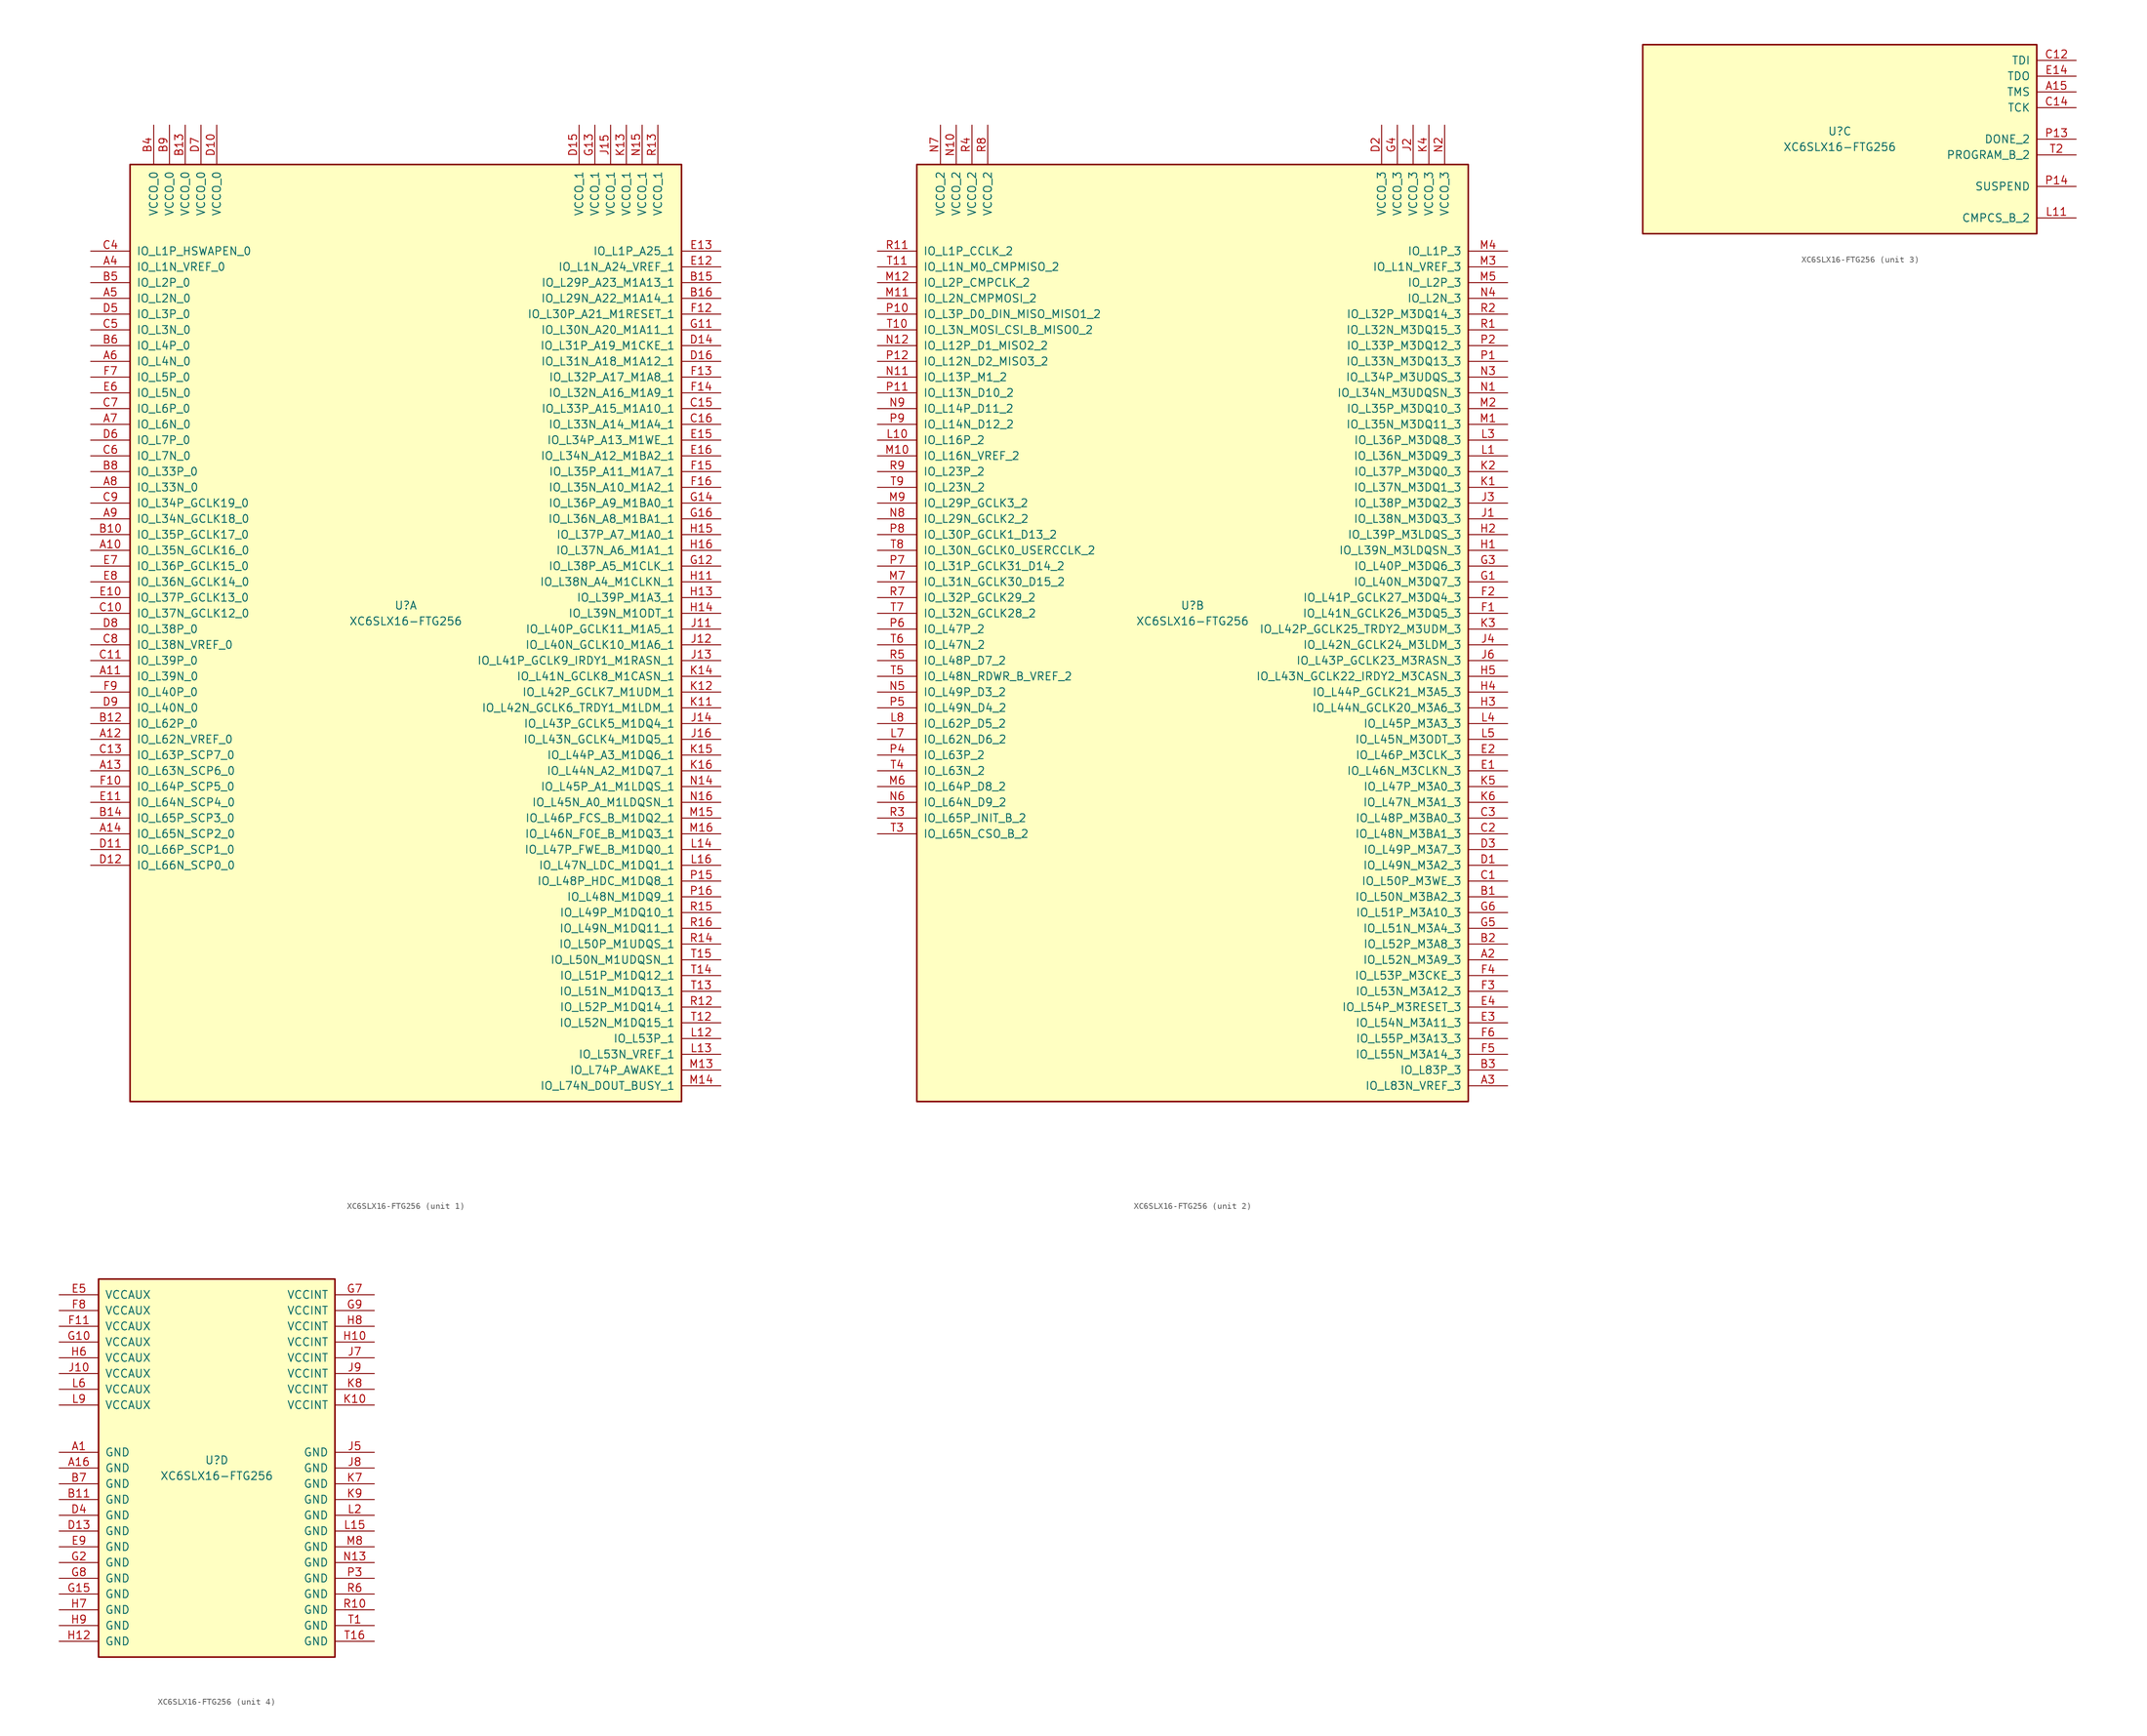
<source format=kicad_sym>
(kicad_symbol_lib
  (version 20211014)
  (generator kicad_symbol_editor)
  (symbol "XC6SLX16-FTG256"
    (pin_names
      (offset 1.016))
    (property "Reference" "U"
      (at 0 1.27 0)
      (effects (font (size 1.27 1.27))))
    (property "Value" "XC6SLX16-FTG256"
      (at 0 -1.27 0)
      (effects (font (size 1.27 1.27))))
    (property "Datasheet" ""
      (at 0 0 0)
      (effects (font (size 1.27 1.27))))
    (property "ki_locked" ""
      (at 0 0 0)
      (effects (font (size 1.27 1.27))))
    (symbol "XC6SLX16-FTG256_1_1"
      (rectangle (start -44.45 72.39) (end 44.45 -78.74) (stroke (width 0.254) (type default) (color 0 0 0 0)) (fill (type background)))
      (pin bidirectional line (at -50.8 10.16 0) (length 6.35) (name "IO_L35N_GCLK16_0" (effects (font (size 1.27 1.27)))) (number "A10" (effects (font (size 1.27 1.27)))))
      (pin bidirectional line (at -50.8 -10.16 0) (length 6.35) (name "IO_L39N_0" (effects (font (size 1.27 1.27)))) (number "A11" (effects (font (size 1.27 1.27)))))
      (pin bidirectional line (at -50.8 -20.32 0) (length 6.35) (name "IO_L62N_VREF_0" (effects (font (size 1.27 1.27)))) (number "A12" (effects (font (size 1.27 1.27)))))
      (pin bidirectional line (at -50.8 -25.4 0) (length 6.35) (name "IO_L63N_SCP6_0" (effects (font (size 1.27 1.27)))) (number "A13" (effects (font (size 1.27 1.27)))))
      (pin bidirectional line (at -50.8 -35.56 0) (length 6.35) (name "IO_L65N_SCP2_0" (effects (font (size 1.27 1.27)))) (number "A14" (effects (font (size 1.27 1.27)))))
      (pin bidirectional line (at -50.8 55.88 0) (length 6.35) (name "IO_L1N_VREF_0" (effects (font (size 1.27 1.27)))) (number "A4" (effects (font (size 1.27 1.27)))))
      (pin bidirectional line (at -50.8 50.8 0) (length 6.35) (name "IO_L2N_0" (effects (font (size 1.27 1.27)))) (number "A5" (effects (font (size 1.27 1.27)))))
      (pin bidirectional line (at -50.8 40.64 0) (length 6.35) (name "IO_L4N_0" (effects (font (size 1.27 1.27)))) (number "A6" (effects (font (size 1.27 1.27)))))
      (pin bidirectional line (at -50.8 30.48 0) (length 6.35) (name "IO_L6N_0" (effects (font (size 1.27 1.27)))) (number "A7" (effects (font (size 1.27 1.27)))))
      (pin bidirectional line (at -50.8 20.32 0) (length 6.35) (name "IO_L33N_0" (effects (font (size 1.27 1.27)))) (number "A8" (effects (font (size 1.27 1.27)))))
      (pin bidirectional line (at -50.8 15.24 0) (length 6.35) (name "IO_L34N_GCLK18_0" (effects (font (size 1.27 1.27)))) (number "A9" (effects (font (size 1.27 1.27)))))
      (pin bidirectional line (at -50.8 12.7 0) (length 6.35) (name "IO_L35P_GCLK17_0" (effects (font (size 1.27 1.27)))) (number "B10" (effects (font (size 1.27 1.27)))))
      (pin bidirectional line (at -50.8 -17.78 0) (length 6.35) (name "IO_L62P_0" (effects (font (size 1.27 1.27)))) (number "B12" (effects (font (size 1.27 1.27)))))
      (pin power_in line (at -35.56 78.74 270) (length 6.35) (name "VCCO_0" (effects (font (size 1.27 1.27)))) (number "B13" (effects (font (size 1.27 1.27)))))
      (pin bidirectional line (at -50.8 -33.02 0) (length 6.35) (name "IO_L65P_SCP3_0" (effects (font (size 1.27 1.27)))) (number "B14" (effects (font (size 1.27 1.27)))))
      (pin bidirectional line (at 50.8 53.34 180) (length 6.35) (name "IO_L29P_A23_M1A13_1" (effects (font (size 1.27 1.27)))) (number "B15" (effects (font (size 1.27 1.27)))))
      (pin bidirectional line (at 50.8 50.8 180) (length 6.35) (name "IO_L29N_A22_M1A14_1" (effects (font (size 1.27 1.27)))) (number "B16" (effects (font (size 1.27 1.27)))))
      (pin power_in line (at -40.64 78.74 270) (length 6.35) (name "VCCO_0" (effects (font (size 1.27 1.27)))) (number "B4" (effects (font (size 1.27 1.27)))))
      (pin bidirectional line (at -50.8 53.34 0) (length 6.35) (name "IO_L2P_0" (effects (font (size 1.27 1.27)))) (number "B5" (effects (font (size 1.27 1.27)))))
      (pin bidirectional line (at -50.8 43.18 0) (length 6.35) (name "IO_L4P_0" (effects (font (size 1.27 1.27)))) (number "B6" (effects (font (size 1.27 1.27)))))
      (pin bidirectional line (at -50.8 22.86 0) (length 6.35) (name "IO_L33P_0" (effects (font (size 1.27 1.27)))) (number "B8" (effects (font (size 1.27 1.27)))))
      (pin power_in line (at -38.1 78.74 270) (length 6.35) (name "VCCO_0" (effects (font (size 1.27 1.27)))) (number "B9" (effects (font (size 1.27 1.27)))))
      (pin bidirectional line (at -50.8 0 0) (length 6.35) (name "IO_L37N_GCLK12_0" (effects (font (size 1.27 1.27)))) (number "C10" (effects (font (size 1.27 1.27)))))
      (pin bidirectional line (at -50.8 -7.62 0) (length 6.35) (name "IO_L39P_0" (effects (font (size 1.27 1.27)))) (number "C11" (effects (font (size 1.27 1.27)))))
      (pin bidirectional line (at -50.8 -22.86 0) (length 6.35) (name "IO_L63P_SCP7_0" (effects (font (size 1.27 1.27)))) (number "C13" (effects (font (size 1.27 1.27)))))
      (pin bidirectional line (at 50.8 33.02 180) (length 6.35) (name "IO_L33P_A15_M1A10_1" (effects (font (size 1.27 1.27)))) (number "C15" (effects (font (size 1.27 1.27)))))
      (pin bidirectional line (at 50.8 30.48 180) (length 6.35) (name "IO_L33N_A14_M1A4_1" (effects (font (size 1.27 1.27)))) (number "C16" (effects (font (size 1.27 1.27)))))
      (pin bidirectional line (at -50.8 58.42 0) (length 6.35) (name "IO_L1P_HSWAPEN_0" (effects (font (size 1.27 1.27)))) (number "C4" (effects (font (size 1.27 1.27)))))
      (pin bidirectional line (at -50.8 45.72 0) (length 6.35) (name "IO_L3N_0" (effects (font (size 1.27 1.27)))) (number "C5" (effects (font (size 1.27 1.27)))))
      (pin bidirectional line (at -50.8 25.4 0) (length 6.35) (name "IO_L7N_0" (effects (font (size 1.27 1.27)))) (number "C6" (effects (font (size 1.27 1.27)))))
      (pin bidirectional line (at -50.8 33.02 0) (length 6.35) (name "IO_L6P_0" (effects (font (size 1.27 1.27)))) (number "C7" (effects (font (size 1.27 1.27)))))
      (pin bidirectional line (at -50.8 -5.08 0) (length 6.35) (name "IO_L38N_VREF_0" (effects (font (size 1.27 1.27)))) (number "C8" (effects (font (size 1.27 1.27)))))
      (pin bidirectional line (at -50.8 17.78 0) (length 6.35) (name "IO_L34P_GCLK19_0" (effects (font (size 1.27 1.27)))) (number "C9" (effects (font (size 1.27 1.27)))))
      (pin power_in line (at -30.48 78.74 270) (length 6.35) (name "VCCO_0" (effects (font (size 1.27 1.27)))) (number "D10" (effects (font (size 1.27 1.27)))))
      (pin bidirectional line (at -50.8 -38.1 0) (length 6.35) (name "IO_L66P_SCP1_0" (effects (font (size 1.27 1.27)))) (number "D11" (effects (font (size 1.27 1.27)))))
      (pin bidirectional line (at -50.8 -40.64 0) (length 6.35) (name "IO_L66N_SCP0_0" (effects (font (size 1.27 1.27)))) (number "D12" (effects (font (size 1.27 1.27)))))
      (pin bidirectional line (at 50.8 43.18 180) (length 6.35) (name "IO_L31P_A19_M1CKE_1" (effects (font (size 1.27 1.27)))) (number "D14" (effects (font (size 1.27 1.27)))))
      (pin power_in line (at 27.94 78.74 270) (length 6.35) (name "VCCO_1" (effects (font (size 1.27 1.27)))) (number "D15" (effects (font (size 1.27 1.27)))))
      (pin bidirectional line (at 50.8 40.64 180) (length 6.35) (name "IO_L31N_A18_M1A12_1" (effects (font (size 1.27 1.27)))) (number "D16" (effects (font (size 1.27 1.27)))))
      (pin bidirectional line (at -50.8 48.26 0) (length 6.35) (name "IO_L3P_0" (effects (font (size 1.27 1.27)))) (number "D5" (effects (font (size 1.27 1.27)))))
      (pin bidirectional line (at -50.8 27.94 0) (length 6.35) (name "IO_L7P_0" (effects (font (size 1.27 1.27)))) (number "D6" (effects (font (size 1.27 1.27)))))
      (pin power_in line (at -33.02 78.74 270) (length 6.35) (name "VCCO_0" (effects (font (size 1.27 1.27)))) (number "D7" (effects (font (size 1.27 1.27)))))
      (pin bidirectional line (at -50.8 -2.54 0) (length 6.35) (name "IO_L38P_0" (effects (font (size 1.27 1.27)))) (number "D8" (effects (font (size 1.27 1.27)))))
      (pin bidirectional line (at -50.8 -15.24 0) (length 6.35) (name "IO_L40N_0" (effects (font (size 1.27 1.27)))) (number "D9" (effects (font (size 1.27 1.27)))))
      (pin bidirectional line (at -50.8 2.54 0) (length 6.35) (name "IO_L37P_GCLK13_0" (effects (font (size 1.27 1.27)))) (number "E10" (effects (font (size 1.27 1.27)))))
      (pin bidirectional line (at -50.8 -30.48 0) (length 6.35) (name "IO_L64N_SCP4_0" (effects (font (size 1.27 1.27)))) (number "E11" (effects (font (size 1.27 1.27)))))
      (pin bidirectional line (at 50.8 55.88 180) (length 6.35) (name "IO_L1N_A24_VREF_1" (effects (font (size 1.27 1.27)))) (number "E12" (effects (font (size 1.27 1.27)))))
      (pin bidirectional line (at 50.8 58.42 180) (length 6.35) (name "IO_L1P_A25_1" (effects (font (size 1.27 1.27)))) (number "E13" (effects (font (size 1.27 1.27)))))
      (pin bidirectional line (at 50.8 27.94 180) (length 6.35) (name "IO_L34P_A13_M1WE_1" (effects (font (size 1.27 1.27)))) (number "E15" (effects (font (size 1.27 1.27)))))
      (pin bidirectional line (at 50.8 25.4 180) (length 6.35) (name "IO_L34N_A12_M1BA2_1" (effects (font (size 1.27 1.27)))) (number "E16" (effects (font (size 1.27 1.27)))))
      (pin bidirectional line (at -50.8 35.56 0) (length 6.35) (name "IO_L5N_0" (effects (font (size 1.27 1.27)))) (number "E6" (effects (font (size 1.27 1.27)))))
      (pin bidirectional line (at -50.8 7.62 0) (length 6.35) (name "IO_L36P_GCLK15_0" (effects (font (size 1.27 1.27)))) (number "E7" (effects (font (size 1.27 1.27)))))
      (pin bidirectional line (at -50.8 5.08 0) (length 6.35) (name "IO_L36N_GCLK14_0" (effects (font (size 1.27 1.27)))) (number "E8" (effects (font (size 1.27 1.27)))))
      (pin bidirectional line (at -50.8 -27.94 0) (length 6.35) (name "IO_L64P_SCP5_0" (effects (font (size 1.27 1.27)))) (number "F10" (effects (font (size 1.27 1.27)))))
      (pin bidirectional line (at 50.8 48.26 180) (length 6.35) (name "IO_L30P_A21_M1RESET_1" (effects (font (size 1.27 1.27)))) (number "F12" (effects (font (size 1.27 1.27)))))
      (pin bidirectional line (at 50.8 38.1 180) (length 6.35) (name "IO_L32P_A17_M1A8_1" (effects (font (size 1.27 1.27)))) (number "F13" (effects (font (size 1.27 1.27)))))
      (pin bidirectional line (at 50.8 35.56 180) (length 6.35) (name "IO_L32N_A16_M1A9_1" (effects (font (size 1.27 1.27)))) (number "F14" (effects (font (size 1.27 1.27)))))
      (pin bidirectional line (at 50.8 22.86 180) (length 6.35) (name "IO_L35P_A11_M1A7_1" (effects (font (size 1.27 1.27)))) (number "F15" (effects (font (size 1.27 1.27)))))
      (pin bidirectional line (at 50.8 20.32 180) (length 6.35) (name "IO_L35N_A10_M1A2_1" (effects (font (size 1.27 1.27)))) (number "F16" (effects (font (size 1.27 1.27)))))
      (pin bidirectional line (at -50.8 38.1 0) (length 6.35) (name "IO_L5P_0" (effects (font (size 1.27 1.27)))) (number "F7" (effects (font (size 1.27 1.27)))))
      (pin bidirectional line (at -50.8 -12.7 0) (length 6.35) (name "IO_L40P_0" (effects (font (size 1.27 1.27)))) (number "F9" (effects (font (size 1.27 1.27)))))
      (pin bidirectional line (at 50.8 45.72 180) (length 6.35) (name "IO_L30N_A20_M1A11_1" (effects (font (size 1.27 1.27)))) (number "G11" (effects (font (size 1.27 1.27)))))
      (pin bidirectional line (at 50.8 7.62 180) (length 6.35) (name "IO_L38P_A5_M1CLK_1" (effects (font (size 1.27 1.27)))) (number "G12" (effects (font (size 1.27 1.27)))))
      (pin power_in line (at 30.48 78.74 270) (length 6.35) (name "VCCO_1" (effects (font (size 1.27 1.27)))) (number "G13" (effects (font (size 1.27 1.27)))))
      (pin bidirectional line (at 50.8 17.78 180) (length 6.35) (name "IO_L36P_A9_M1BA0_1" (effects (font (size 1.27 1.27)))) (number "G14" (effects (font (size 1.27 1.27)))))
      (pin bidirectional line (at 50.8 15.24 180) (length 6.35) (name "IO_L36N_A8_M1BA1_1" (effects (font (size 1.27 1.27)))) (number "G16" (effects (font (size 1.27 1.27)))))
      (pin bidirectional line (at 50.8 5.08 180) (length 6.35) (name "IO_L38N_A4_M1CLKN_1" (effects (font (size 1.27 1.27)))) (number "H11" (effects (font (size 1.27 1.27)))))
      (pin bidirectional line (at 50.8 2.54 180) (length 6.35) (name "IO_L39P_M1A3_1" (effects (font (size 1.27 1.27)))) (number "H13" (effects (font (size 1.27 1.27)))))
      (pin bidirectional line (at 50.8 0 180) (length 6.35) (name "IO_L39N_M1ODT_1" (effects (font (size 1.27 1.27)))) (number "H14" (effects (font (size 1.27 1.27)))))
      (pin bidirectional line (at 50.8 12.7 180) (length 6.35) (name "IO_L37P_A7_M1A0_1" (effects (font (size 1.27 1.27)))) (number "H15" (effects (font (size 1.27 1.27)))))
      (pin bidirectional line (at 50.8 10.16 180) (length 6.35) (name "IO_L37N_A6_M1A1_1" (effects (font (size 1.27 1.27)))) (number "H16" (effects (font (size 1.27 1.27)))))
      (pin bidirectional line (at 50.8 -2.54 180) (length 6.35) (name "IO_L40P_GCLK11_M1A5_1" (effects (font (size 1.27 1.27)))) (number "J11" (effects (font (size 1.27 1.27)))))
      (pin bidirectional line (at 50.8 -5.08 180) (length 6.35) (name "IO_L40N_GCLK10_M1A6_1" (effects (font (size 1.27 1.27)))) (number "J12" (effects (font (size 1.27 1.27)))))
      (pin bidirectional line (at 50.8 -7.62 180) (length 6.35) (name "IO_L41P_GCLK9_IRDY1_M1RASN_1" (effects (font (size 1.27 1.27)))) (number "J13" (effects (font (size 1.27 1.27)))))
      (pin bidirectional line (at 50.8 -17.78 180) (length 6.35) (name "IO_L43P_GCLK5_M1DQ4_1" (effects (font (size 1.27 1.27)))) (number "J14" (effects (font (size 1.27 1.27)))))
      (pin power_in line (at 33.02 78.74 270) (length 6.35) (name "VCCO_1" (effects (font (size 1.27 1.27)))) (number "J15" (effects (font (size 1.27 1.27)))))
      (pin bidirectional line (at 50.8 -20.32 180) (length 6.35) (name "IO_L43N_GCLK4_M1DQ5_1" (effects (font (size 1.27 1.27)))) (number "J16" (effects (font (size 1.27 1.27)))))
      (pin bidirectional line (at 50.8 -15.24 180) (length 6.35) (name "IO_L42N_GCLK6_TRDY1_M1LDM_1" (effects (font (size 1.27 1.27)))) (number "K11" (effects (font (size 1.27 1.27)))))
      (pin bidirectional line (at 50.8 -12.7 180) (length 6.35) (name "IO_L42P_GCLK7_M1UDM_1" (effects (font (size 1.27 1.27)))) (number "K12" (effects (font (size 1.27 1.27)))))
      (pin power_in line (at 35.56 78.74 270) (length 6.35) (name "VCCO_1" (effects (font (size 1.27 1.27)))) (number "K13" (effects (font (size 1.27 1.27)))))
      (pin bidirectional line (at 50.8 -10.16 180) (length 6.35) (name "IO_L41N_GCLK8_M1CASN_1" (effects (font (size 1.27 1.27)))) (number "K14" (effects (font (size 1.27 1.27)))))
      (pin bidirectional line (at 50.8 -22.86 180) (length 6.35) (name "IO_L44P_A3_M1DQ6_1" (effects (font (size 1.27 1.27)))) (number "K15" (effects (font (size 1.27 1.27)))))
      (pin bidirectional line (at 50.8 -25.4 180) (length 6.35) (name "IO_L44N_A2_M1DQ7_1" (effects (font (size 1.27 1.27)))) (number "K16" (effects (font (size 1.27 1.27)))))
      (pin bidirectional line (at 50.8 -68.58 180) (length 6.35) (name "IO_L53P_1" (effects (font (size 1.27 1.27)))) (number "L12" (effects (font (size 1.27 1.27)))))
      (pin bidirectional line (at 50.8 -71.12 180) (length 6.35) (name "IO_L53N_VREF_1" (effects (font (size 1.27 1.27)))) (number "L13" (effects (font (size 1.27 1.27)))))
      (pin bidirectional line (at 50.8 -38.1 180) (length 6.35) (name "IO_L47P_FWE_B_M1DQ0_1" (effects (font (size 1.27 1.27)))) (number "L14" (effects (font (size 1.27 1.27)))))
      (pin bidirectional line (at 50.8 -40.64 180) (length 6.35) (name "IO_L47N_LDC_M1DQ1_1" (effects (font (size 1.27 1.27)))) (number "L16" (effects (font (size 1.27 1.27)))))
      (pin bidirectional line (at 50.8 -73.66 180) (length 6.35) (name "IO_L74P_AWAKE_1" (effects (font (size 1.27 1.27)))) (number "M13" (effects (font (size 1.27 1.27)))))
      (pin bidirectional line (at 50.8 -76.2 180) (length 6.35) (name "IO_L74N_DOUT_BUSY_1" (effects (font (size 1.27 1.27)))) (number "M14" (effects (font (size 1.27 1.27)))))
      (pin bidirectional line (at 50.8 -33.02 180) (length 6.35) (name "IO_L46P_FCS_B_M1DQ2_1" (effects (font (size 1.27 1.27)))) (number "M15" (effects (font (size 1.27 1.27)))))
      (pin bidirectional line (at 50.8 -35.56 180) (length 6.35) (name "IO_L46N_FOE_B_M1DQ3_1" (effects (font (size 1.27 1.27)))) (number "M16" (effects (font (size 1.27 1.27)))))
      (pin bidirectional line (at 50.8 -27.94 180) (length 6.35) (name "IO_L45P_A1_M1LDQS_1" (effects (font (size 1.27 1.27)))) (number "N14" (effects (font (size 1.27 1.27)))))
      (pin power_in line (at 38.1 78.74 270) (length 6.35) (name "VCCO_1" (effects (font (size 1.27 1.27)))) (number "N15" (effects (font (size 1.27 1.27)))))
      (pin bidirectional line (at 50.8 -30.48 180) (length 6.35) (name "IO_L45N_A0_M1LDQSN_1" (effects (font (size 1.27 1.27)))) (number "N16" (effects (font (size 1.27 1.27)))))
      (pin bidirectional line (at 50.8 -43.18 180) (length 6.35) (name "IO_L48P_HDC_M1DQ8_1" (effects (font (size 1.27 1.27)))) (number "P15" (effects (font (size 1.27 1.27)))))
      (pin bidirectional line (at 50.8 -45.72 180) (length 6.35) (name "IO_L48N_M1DQ9_1" (effects (font (size 1.27 1.27)))) (number "P16" (effects (font (size 1.27 1.27)))))
      (pin bidirectional line (at 50.8 -63.5 180) (length 6.35) (name "IO_L52P_M1DQ14_1" (effects (font (size 1.27 1.27)))) (number "R12" (effects (font (size 1.27 1.27)))))
      (pin power_in line (at 40.64 78.74 270) (length 6.35) (name "VCCO_1" (effects (font (size 1.27 1.27)))) (number "R13" (effects (font (size 1.27 1.27)))))
      (pin bidirectional line (at 50.8 -53.34 180) (length 6.35) (name "IO_L50P_M1UDQS_1" (effects (font (size 1.27 1.27)))) (number "R14" (effects (font (size 1.27 1.27)))))
      (pin bidirectional line (at 50.8 -48.26 180) (length 6.35) (name "IO_L49P_M1DQ10_1" (effects (font (size 1.27 1.27)))) (number "R15" (effects (font (size 1.27 1.27)))))
      (pin bidirectional line (at 50.8 -50.8 180) (length 6.35) (name "IO_L49N_M1DQ11_1" (effects (font (size 1.27 1.27)))) (number "R16" (effects (font (size 1.27 1.27)))))
      (pin bidirectional line (at 50.8 -66.04 180) (length 6.35) (name "IO_L52N_M1DQ15_1" (effects (font (size 1.27 1.27)))) (number "T12" (effects (font (size 1.27 1.27)))))
      (pin bidirectional line (at 50.8 -60.96 180) (length 6.35) (name "IO_L51N_M1DQ13_1" (effects (font (size 1.27 1.27)))) (number "T13" (effects (font (size 1.27 1.27)))))
      (pin bidirectional line (at 50.8 -58.42 180) (length 6.35) (name "IO_L51P_M1DQ12_1" (effects (font (size 1.27 1.27)))) (number "T14" (effects (font (size 1.27 1.27)))))
      (pin bidirectional line (at 50.8 -55.88 180) (length 6.35) (name "IO_L50N_M1UDQSN_1" (effects (font (size 1.27 1.27)))) (number "T15" (effects (font (size 1.27 1.27))))))
    (symbol "XC6SLX16-FTG256_2_1"
      (rectangle (start -44.45 72.39) (end 44.45 -78.74) (stroke (width 0.254) (type default) (color 0 0 0 0)) (fill (type background)))
      (pin bidirectional line (at 50.8 -55.88 180) (length 6.35) (name "IO_L52N_M3A9_3" (effects (font (size 1.27 1.27)))) (number "A2" (effects (font (size 1.27 1.27)))))
      (pin bidirectional line (at 50.8 -76.2 180) (length 6.35) (name "IO_L83N_VREF_3" (effects (font (size 1.27 1.27)))) (number "A3" (effects (font (size 1.27 1.27)))))
      (pin bidirectional line (at 50.8 -45.72 180) (length 6.35) (name "IO_L50N_M3BA2_3" (effects (font (size 1.27 1.27)))) (number "B1" (effects (font (size 1.27 1.27)))))
      (pin bidirectional line (at 50.8 -53.34 180) (length 6.35) (name "IO_L52P_M3A8_3" (effects (font (size 1.27 1.27)))) (number "B2" (effects (font (size 1.27 1.27)))))
      (pin bidirectional line (at 50.8 -73.66 180) (length 6.35) (name "IO_L83P_3" (effects (font (size 1.27 1.27)))) (number "B3" (effects (font (size 1.27 1.27)))))
      (pin bidirectional line (at 50.8 -43.18 180) (length 6.35) (name "IO_L50P_M3WE_3" (effects (font (size 1.27 1.27)))) (number "C1" (effects (font (size 1.27 1.27)))))
      (pin bidirectional line (at 50.8 -35.56 180) (length 6.35) (name "IO_L48N_M3BA1_3" (effects (font (size 1.27 1.27)))) (number "C2" (effects (font (size 1.27 1.27)))))
      (pin bidirectional line (at 50.8 -33.02 180) (length 6.35) (name "IO_L48P_M3BA0_3" (effects (font (size 1.27 1.27)))) (number "C3" (effects (font (size 1.27 1.27)))))
      (pin bidirectional line (at 50.8 -40.64 180) (length 6.35) (name "IO_L49N_M3A2_3" (effects (font (size 1.27 1.27)))) (number "D1" (effects (font (size 1.27 1.27)))))
      (pin power_in line (at 30.48 78.74 270) (length 6.35) (name "VCCO_3" (effects (font (size 1.27 1.27)))) (number "D2" (effects (font (size 1.27 1.27)))))
      (pin bidirectional line (at 50.8 -38.1 180) (length 6.35) (name "IO_L49P_M3A7_3" (effects (font (size 1.27 1.27)))) (number "D3" (effects (font (size 1.27 1.27)))))
      (pin bidirectional line (at 50.8 -25.4 180) (length 6.35) (name "IO_L46N_M3CLKN_3" (effects (font (size 1.27 1.27)))) (number "E1" (effects (font (size 1.27 1.27)))))
      (pin bidirectional line (at 50.8 -22.86 180) (length 6.35) (name "IO_L46P_M3CLK_3" (effects (font (size 1.27 1.27)))) (number "E2" (effects (font (size 1.27 1.27)))))
      (pin bidirectional line (at 50.8 -66.04 180) (length 6.35) (name "IO_L54N_M3A11_3" (effects (font (size 1.27 1.27)))) (number "E3" (effects (font (size 1.27 1.27)))))
      (pin bidirectional line (at 50.8 -63.5 180) (length 6.35) (name "IO_L54P_M3RESET_3" (effects (font (size 1.27 1.27)))) (number "E4" (effects (font (size 1.27 1.27)))))
      (pin bidirectional line (at 50.8 0 180) (length 6.35) (name "IO_L41N_GCLK26_M3DQ5_3" (effects (font (size 1.27 1.27)))) (number "F1" (effects (font (size 1.27 1.27)))))
      (pin bidirectional line (at 50.8 2.54 180) (length 6.35) (name "IO_L41P_GCLK27_M3DQ4_3" (effects (font (size 1.27 1.27)))) (number "F2" (effects (font (size 1.27 1.27)))))
      (pin bidirectional line (at 50.8 -60.96 180) (length 6.35) (name "IO_L53N_M3A12_3" (effects (font (size 1.27 1.27)))) (number "F3" (effects (font (size 1.27 1.27)))))
      (pin bidirectional line (at 50.8 -58.42 180) (length 6.35) (name "IO_L53P_M3CKE_3" (effects (font (size 1.27 1.27)))) (number "F4" (effects (font (size 1.27 1.27)))))
      (pin bidirectional line (at 50.8 -71.12 180) (length 6.35) (name "IO_L55N_M3A14_3" (effects (font (size 1.27 1.27)))) (number "F5" (effects (font (size 1.27 1.27)))))
      (pin bidirectional line (at 50.8 -68.58 180) (length 6.35) (name "IO_L55P_M3A13_3" (effects (font (size 1.27 1.27)))) (number "F6" (effects (font (size 1.27 1.27)))))
      (pin bidirectional line (at 50.8 5.08 180) (length 6.35) (name "IO_L40N_M3DQ7_3" (effects (font (size 1.27 1.27)))) (number "G1" (effects (font (size 1.27 1.27)))))
      (pin bidirectional line (at 50.8 7.62 180) (length 6.35) (name "IO_L40P_M3DQ6_3" (effects (font (size 1.27 1.27)))) (number "G3" (effects (font (size 1.27 1.27)))))
      (pin power_in line (at 33.02 78.74 270) (length 6.35) (name "VCCO_3" (effects (font (size 1.27 1.27)))) (number "G4" (effects (font (size 1.27 1.27)))))
      (pin bidirectional line (at 50.8 -50.8 180) (length 6.35) (name "IO_L51N_M3A4_3" (effects (font (size 1.27 1.27)))) (number "G5" (effects (font (size 1.27 1.27)))))
      (pin bidirectional line (at 50.8 -48.26 180) (length 6.35) (name "IO_L51P_M3A10_3" (effects (font (size 1.27 1.27)))) (number "G6" (effects (font (size 1.27 1.27)))))
      (pin bidirectional line (at 50.8 10.16 180) (length 6.35) (name "IO_L39N_M3LDQSN_3" (effects (font (size 1.27 1.27)))) (number "H1" (effects (font (size 1.27 1.27)))))
      (pin bidirectional line (at 50.8 12.7 180) (length 6.35) (name "IO_L39P_M3LDQS_3" (effects (font (size 1.27 1.27)))) (number "H2" (effects (font (size 1.27 1.27)))))
      (pin bidirectional line (at 50.8 -15.24 180) (length 6.35) (name "IO_L44N_GCLK20_M3A6_3" (effects (font (size 1.27 1.27)))) (number "H3" (effects (font (size 1.27 1.27)))))
      (pin bidirectional line (at 50.8 -12.7 180) (length 6.35) (name "IO_L44P_GCLK21_M3A5_3" (effects (font (size 1.27 1.27)))) (number "H4" (effects (font (size 1.27 1.27)))))
      (pin bidirectional line (at 50.8 -10.16 180) (length 6.35) (name "IO_L43N_GCLK22_IRDY2_M3CASN_3" (effects (font (size 1.27 1.27)))) (number "H5" (effects (font (size 1.27 1.27)))))
      (pin bidirectional line (at 50.8 15.24 180) (length 6.35) (name "IO_L38N_M3DQ3_3" (effects (font (size 1.27 1.27)))) (number "J1" (effects (font (size 1.27 1.27)))))
      (pin power_in line (at 35.56 78.74 270) (length 6.35) (name "VCCO_3" (effects (font (size 1.27 1.27)))) (number "J2" (effects (font (size 1.27 1.27)))))
      (pin bidirectional line (at 50.8 17.78 180) (length 6.35) (name "IO_L38P_M3DQ2_3" (effects (font (size 1.27 1.27)))) (number "J3" (effects (font (size 1.27 1.27)))))
      (pin bidirectional line (at 50.8 -5.08 180) (length 6.35) (name "IO_L42N_GCLK24_M3LDM_3" (effects (font (size 1.27 1.27)))) (number "J4" (effects (font (size 1.27 1.27)))))
      (pin bidirectional line (at 50.8 -7.62 180) (length 6.35) (name "IO_L43P_GCLK23_M3RASN_3" (effects (font (size 1.27 1.27)))) (number "J6" (effects (font (size 1.27 1.27)))))
      (pin bidirectional line (at 50.8 20.32 180) (length 6.35) (name "IO_L37N_M3DQ1_3" (effects (font (size 1.27 1.27)))) (number "K1" (effects (font (size 1.27 1.27)))))
      (pin bidirectional line (at 50.8 22.86 180) (length 6.35) (name "IO_L37P_M3DQ0_3" (effects (font (size 1.27 1.27)))) (number "K2" (effects (font (size 1.27 1.27)))))
      (pin bidirectional line (at 50.8 -2.54 180) (length 6.35) (name "IO_L42P_GCLK25_TRDY2_M3UDM_3" (effects (font (size 1.27 1.27)))) (number "K3" (effects (font (size 1.27 1.27)))))
      (pin power_in line (at 38.1 78.74 270) (length 6.35) (name "VCCO_3" (effects (font (size 1.27 1.27)))) (number "K4" (effects (font (size 1.27 1.27)))))
      (pin bidirectional line (at 50.8 -27.94 180) (length 6.35) (name "IO_L47P_M3A0_3" (effects (font (size 1.27 1.27)))) (number "K5" (effects (font (size 1.27 1.27)))))
      (pin bidirectional line (at 50.8 -30.48 180) (length 6.35) (name "IO_L47N_M3A1_3" (effects (font (size 1.27 1.27)))) (number "K6" (effects (font (size 1.27 1.27)))))
      (pin bidirectional line (at 50.8 25.4 180) (length 6.35) (name "IO_L36N_M3DQ9_3" (effects (font (size 1.27 1.27)))) (number "L1" (effects (font (size 1.27 1.27)))))
      (pin bidirectional line (at -50.8 27.94 0) (length 6.35) (name "IO_L16P_2" (effects (font (size 1.27 1.27)))) (number "L10" (effects (font (size 1.27 1.27)))))
      (pin bidirectional line (at 50.8 27.94 180) (length 6.35) (name "IO_L36P_M3DQ8_3" (effects (font (size 1.27 1.27)))) (number "L3" (effects (font (size 1.27 1.27)))))
      (pin bidirectional line (at 50.8 -17.78 180) (length 6.35) (name "IO_L45P_M3A3_3" (effects (font (size 1.27 1.27)))) (number "L4" (effects (font (size 1.27 1.27)))))
      (pin bidirectional line (at 50.8 -20.32 180) (length 6.35) (name "IO_L45N_M3ODT_3" (effects (font (size 1.27 1.27)))) (number "L5" (effects (font (size 1.27 1.27)))))
      (pin bidirectional line (at -50.8 -20.32 0) (length 6.35) (name "IO_L62N_D6_2" (effects (font (size 1.27 1.27)))) (number "L7" (effects (font (size 1.27 1.27)))))
      (pin bidirectional line (at -50.8 -17.78 0) (length 6.35) (name "IO_L62P_D5_2" (effects (font (size 1.27 1.27)))) (number "L8" (effects (font (size 1.27 1.27)))))
      (pin bidirectional line (at 50.8 30.48 180) (length 6.35) (name "IO_L35N_M3DQ11_3" (effects (font (size 1.27 1.27)))) (number "M1" (effects (font (size 1.27 1.27)))))
      (pin bidirectional line (at -50.8 25.4 0) (length 6.35) (name "IO_L16N_VREF_2" (effects (font (size 1.27 1.27)))) (number "M10" (effects (font (size 1.27 1.27)))))
      (pin bidirectional line (at -50.8 50.8 0) (length 6.35) (name "IO_L2N_CMPMOSI_2" (effects (font (size 1.27 1.27)))) (number "M11" (effects (font (size 1.27 1.27)))))
      (pin bidirectional line (at -50.8 53.34 0) (length 6.35) (name "IO_L2P_CMPCLK_2" (effects (font (size 1.27 1.27)))) (number "M12" (effects (font (size 1.27 1.27)))))
      (pin bidirectional line (at 50.8 33.02 180) (length 6.35) (name "IO_L35P_M3DQ10_3" (effects (font (size 1.27 1.27)))) (number "M2" (effects (font (size 1.27 1.27)))))
      (pin bidirectional line (at 50.8 55.88 180) (length 6.35) (name "IO_L1N_VREF_3" (effects (font (size 1.27 1.27)))) (number "M3" (effects (font (size 1.27 1.27)))))
      (pin bidirectional line (at 50.8 58.42 180) (length 6.35) (name "IO_L1P_3" (effects (font (size 1.27 1.27)))) (number "M4" (effects (font (size 1.27 1.27)))))
      (pin bidirectional line (at 50.8 53.34 180) (length 6.35) (name "IO_L2P_3" (effects (font (size 1.27 1.27)))) (number "M5" (effects (font (size 1.27 1.27)))))
      (pin bidirectional line (at -50.8 -27.94 0) (length 6.35) (name "IO_L64P_D8_2" (effects (font (size 1.27 1.27)))) (number "M6" (effects (font (size 1.27 1.27)))))
      (pin bidirectional line (at -50.8 5.08 0) (length 6.35) (name "IO_L31N_GCLK30_D15_2" (effects (font (size 1.27 1.27)))) (number "M7" (effects (font (size 1.27 1.27)))))
      (pin bidirectional line (at -50.8 17.78 0) (length 6.35) (name "IO_L29P_GCLK3_2" (effects (font (size 1.27 1.27)))) (number "M9" (effects (font (size 1.27 1.27)))))
      (pin bidirectional line (at 50.8 35.56 180) (length 6.35) (name "IO_L34N_M3UDQSN_3" (effects (font (size 1.27 1.27)))) (number "N1" (effects (font (size 1.27 1.27)))))
      (pin power_in line (at -38.1 78.74 270) (length 6.35) (name "VCCO_2" (effects (font (size 1.27 1.27)))) (number "N10" (effects (font (size 1.27 1.27)))))
      (pin bidirectional line (at -50.8 38.1 0) (length 6.35) (name "IO_L13P_M1_2" (effects (font (size 1.27 1.27)))) (number "N11" (effects (font (size 1.27 1.27)))))
      (pin bidirectional line (at -50.8 43.18 0) (length 6.35) (name "IO_L12P_D1_MISO2_2" (effects (font (size 1.27 1.27)))) (number "N12" (effects (font (size 1.27 1.27)))))
      (pin power_in line (at 40.64 78.74 270) (length 6.35) (name "VCCO_3" (effects (font (size 1.27 1.27)))) (number "N2" (effects (font (size 1.27 1.27)))))
      (pin bidirectional line (at 50.8 38.1 180) (length 6.35) (name "IO_L34P_M3UDQS_3" (effects (font (size 1.27 1.27)))) (number "N3" (effects (font (size 1.27 1.27)))))
      (pin bidirectional line (at 50.8 50.8 180) (length 6.35) (name "IO_L2N_3" (effects (font (size 1.27 1.27)))) (number "N4" (effects (font (size 1.27 1.27)))))
      (pin bidirectional line (at -50.8 -12.7 0) (length 6.35) (name "IO_L49P_D3_2" (effects (font (size 1.27 1.27)))) (number "N5" (effects (font (size 1.27 1.27)))))
      (pin bidirectional line (at -50.8 -30.48 0) (length 6.35) (name "IO_L64N_D9_2" (effects (font (size 1.27 1.27)))) (number "N6" (effects (font (size 1.27 1.27)))))
      (pin power_in line (at -40.64 78.74 270) (length 6.35) (name "VCCO_2" (effects (font (size 1.27 1.27)))) (number "N7" (effects (font (size 1.27 1.27)))))
      (pin bidirectional line (at -50.8 15.24 0) (length 6.35) (name "IO_L29N_GCLK2_2" (effects (font (size 1.27 1.27)))) (number "N8" (effects (font (size 1.27 1.27)))))
      (pin bidirectional line (at -50.8 33.02 0) (length 6.35) (name "IO_L14P_D11_2" (effects (font (size 1.27 1.27)))) (number "N9" (effects (font (size 1.27 1.27)))))
      (pin bidirectional line (at 50.8 40.64 180) (length 6.35) (name "IO_L33N_M3DQ13_3" (effects (font (size 1.27 1.27)))) (number "P1" (effects (font (size 1.27 1.27)))))
      (pin bidirectional line (at -50.8 48.26 0) (length 6.35) (name "IO_L3P_D0_DIN_MISO_MISO1_2" (effects (font (size 1.27 1.27)))) (number "P10" (effects (font (size 1.27 1.27)))))
      (pin bidirectional line (at -50.8 35.56 0) (length 6.35) (name "IO_L13N_D10_2" (effects (font (size 1.27 1.27)))) (number "P11" (effects (font (size 1.27 1.27)))))
      (pin bidirectional line (at -50.8 40.64 0) (length 6.35) (name "IO_L12N_D2_MISO3_2" (effects (font (size 1.27 1.27)))) (number "P12" (effects (font (size 1.27 1.27)))))
      (pin bidirectional line (at 50.8 43.18 180) (length 6.35) (name "IO_L33P_M3DQ12_3" (effects (font (size 1.27 1.27)))) (number "P2" (effects (font (size 1.27 1.27)))))
      (pin bidirectional line (at -50.8 -22.86 0) (length 6.35) (name "IO_L63P_2" (effects (font (size 1.27 1.27)))) (number "P4" (effects (font (size 1.27 1.27)))))
      (pin bidirectional line (at -50.8 -15.24 0) (length 6.35) (name "IO_L49N_D4_2" (effects (font (size 1.27 1.27)))) (number "P5" (effects (font (size 1.27 1.27)))))
      (pin bidirectional line (at -50.8 -2.54 0) (length 6.35) (name "IO_L47P_2" (effects (font (size 1.27 1.27)))) (number "P6" (effects (font (size 1.27 1.27)))))
      (pin bidirectional line (at -50.8 7.62 0) (length 6.35) (name "IO_L31P_GCLK31_D14_2" (effects (font (size 1.27 1.27)))) (number "P7" (effects (font (size 1.27 1.27)))))
      (pin bidirectional line (at -50.8 12.7 0) (length 6.35) (name "IO_L30P_GCLK1_D13_2" (effects (font (size 1.27 1.27)))) (number "P8" (effects (font (size 1.27 1.27)))))
      (pin bidirectional line (at -50.8 30.48 0) (length 6.35) (name "IO_L14N_D12_2" (effects (font (size 1.27 1.27)))) (number "P9" (effects (font (size 1.27 1.27)))))
      (pin bidirectional line (at 50.8 45.72 180) (length 6.35) (name "IO_L32N_M3DQ15_3" (effects (font (size 1.27 1.27)))) (number "R1" (effects (font (size 1.27 1.27)))))
      (pin bidirectional line (at -50.8 58.42 0) (length 6.35) (name "IO_L1P_CCLK_2" (effects (font (size 1.27 1.27)))) (number "R11" (effects (font (size 1.27 1.27)))))
      (pin bidirectional line (at 50.8 48.26 180) (length 6.35) (name "IO_L32P_M3DQ14_3" (effects (font (size 1.27 1.27)))) (number "R2" (effects (font (size 1.27 1.27)))))
      (pin bidirectional line (at -50.8 -33.02 0) (length 6.35) (name "IO_L65P_INIT_B_2" (effects (font (size 1.27 1.27)))) (number "R3" (effects (font (size 1.27 1.27)))))
      (pin power_in line (at -35.56 78.74 270) (length 6.35) (name "VCCO_2" (effects (font (size 1.27 1.27)))) (number "R4" (effects (font (size 1.27 1.27)))))
      (pin bidirectional line (at -50.8 -7.62 0) (length 6.35) (name "IO_L48P_D7_2" (effects (font (size 1.27 1.27)))) (number "R5" (effects (font (size 1.27 1.27)))))
      (pin bidirectional line (at -50.8 2.54 0) (length 6.35) (name "IO_L32P_GCLK29_2" (effects (font (size 1.27 1.27)))) (number "R7" (effects (font (size 1.27 1.27)))))
      (pin power_in line (at -33.02 78.74 270) (length 6.35) (name "VCCO_2" (effects (font (size 1.27 1.27)))) (number "R8" (effects (font (size 1.27 1.27)))))
      (pin bidirectional line (at -50.8 22.86 0) (length 6.35) (name "IO_L23P_2" (effects (font (size 1.27 1.27)))) (number "R9" (effects (font (size 1.27 1.27)))))
      (pin bidirectional line (at -50.8 45.72 0) (length 6.35) (name "IO_L3N_MOSI_CSI_B_MISO0_2" (effects (font (size 1.27 1.27)))) (number "T10" (effects (font (size 1.27 1.27)))))
      (pin bidirectional line (at -50.8 55.88 0) (length 6.35) (name "IO_L1N_M0_CMPMISO_2" (effects (font (size 1.27 1.27)))) (number "T11" (effects (font (size 1.27 1.27)))))
      (pin bidirectional line (at -50.8 -35.56 0) (length 6.35) (name "IO_L65N_CSO_B_2" (effects (font (size 1.27 1.27)))) (number "T3" (effects (font (size 1.27 1.27)))))
      (pin bidirectional line (at -50.8 -25.4 0) (length 6.35) (name "IO_L63N_2" (effects (font (size 1.27 1.27)))) (number "T4" (effects (font (size 1.27 1.27)))))
      (pin bidirectional line (at -50.8 -10.16 0) (length 6.35) (name "IO_L48N_RDWR_B_VREF_2" (effects (font (size 1.27 1.27)))) (number "T5" (effects (font (size 1.27 1.27)))))
      (pin bidirectional line (at -50.8 -5.08 0) (length 6.35) (name "IO_L47N_2" (effects (font (size 1.27 1.27)))) (number "T6" (effects (font (size 1.27 1.27)))))
      (pin bidirectional line (at -50.8 0 0) (length 6.35) (name "IO_L32N_GCLK28_2" (effects (font (size 1.27 1.27)))) (number "T7" (effects (font (size 1.27 1.27)))))
      (pin bidirectional line (at -50.8 10.16 0) (length 6.35) (name "IO_L30N_GCLK0_USERCCLK_2" (effects (font (size 1.27 1.27)))) (number "T8" (effects (font (size 1.27 1.27)))))
      (pin bidirectional line (at -50.8 20.32 0) (length 6.35) (name "IO_L23N_2" (effects (font (size 1.27 1.27)))) (number "T9" (effects (font (size 1.27 1.27))))))
    (symbol "XC6SLX16-FTG256_3_1"
      (rectangle (start -31.75 15.24) (end 31.75 -15.24) (stroke (width 0.254) (type default) (color 0 0 0 0)) (fill (type background)))
      (pin bidirectional line (at 38.1 7.62 180) (length 6.35) (name "TMS" (effects (font (size 1.27 1.27)))) (number "A15" (effects (font (size 1.27 1.27)))))
      (pin bidirectional line (at 38.1 12.7 180) (length 6.35) (name "TDI" (effects (font (size 1.27 1.27)))) (number "C12" (effects (font (size 1.27 1.27)))))
      (pin bidirectional line (at 38.1 5.08 180) (length 6.35) (name "TCK" (effects (font (size 1.27 1.27)))) (number "C14" (effects (font (size 1.27 1.27)))))
      (pin bidirectional line (at 38.1 10.16 180) (length 6.35) (name "TDO" (effects (font (size 1.27 1.27)))) (number "E14" (effects (font (size 1.27 1.27)))))
      (pin bidirectional line (at 38.1 -12.7 180) (length 6.35) (name "CMPCS_B_2" (effects (font (size 1.27 1.27)))) (number "L11" (effects (font (size 1.27 1.27)))))
      (pin bidirectional line (at 38.1 0 180) (length 6.35) (name "DONE_2" (effects (font (size 1.27 1.27)))) (number "P13" (effects (font (size 1.27 1.27)))))
      (pin bidirectional line (at 38.1 -7.62 180) (length 6.35) (name "SUSPEND" (effects (font (size 1.27 1.27)))) (number "P14" (effects (font (size 1.27 1.27)))))
      (pin bidirectional line (at 38.1 -2.54 180) (length 6.35) (name "PROGRAM_B_2" (effects (font (size 1.27 1.27)))) (number "T2" (effects (font (size 1.27 1.27))))))
    (symbol "XC6SLX16-FTG256_4_1"
      (rectangle (start -19.05 30.48) (end 19.05 -30.48) (stroke (width 0.254) (type default) (color 0 0 0 0)) (fill (type background)))
      (pin power_in line (at -25.4 2.54 0) (length 6.35) (name "GND" (effects (font (size 1.27 1.27)))) (number "A1" (effects (font (size 1.27 1.27)))))
      (pin power_in line (at -25.4 0 0) (length 6.35) (name "GND" (effects (font (size 1.27 1.27)))) (number "A16" (effects (font (size 1.27 1.27)))))
      (pin power_in line (at -25.4 -5.08 0) (length 6.35) (name "GND" (effects (font (size 1.27 1.27)))) (number "B11" (effects (font (size 1.27 1.27)))))
      (pin power_in line (at -25.4 -2.54 0) (length 6.35) (name "GND" (effects (font (size 1.27 1.27)))) (number "B7" (effects (font (size 1.27 1.27)))))
      (pin power_in line (at -25.4 -10.16 0) (length 6.35) (name "GND" (effects (font (size 1.27 1.27)))) (number "D13" (effects (font (size 1.27 1.27)))))
      (pin power_in line (at -25.4 -7.62 0) (length 6.35) (name "GND" (effects (font (size 1.27 1.27)))) (number "D4" (effects (font (size 1.27 1.27)))))
      (pin power_in line (at -25.4 27.94 0) (length 6.35) (name "VCCAUX" (effects (font (size 1.27 1.27)))) (number "E5" (effects (font (size 1.27 1.27)))))
      (pin power_in line (at -25.4 -12.7 0) (length 6.35) (name "GND" (effects (font (size 1.27 1.27)))) (number "E9" (effects (font (size 1.27 1.27)))))
      (pin power_in line (at -25.4 22.86 0) (length 6.35) (name "VCCAUX" (effects (font (size 1.27 1.27)))) (number "F11" (effects (font (size 1.27 1.27)))))
      (pin power_in line (at -25.4 25.4 0) (length 6.35) (name "VCCAUX" (effects (font (size 1.27 1.27)))) (number "F8" (effects (font (size 1.27 1.27)))))
      (pin power_in line (at -25.4 20.32 0) (length 6.35) (name "VCCAUX" (effects (font (size 1.27 1.27)))) (number "G10" (effects (font (size 1.27 1.27)))))
      (pin power_in line (at -25.4 -20.32 0) (length 6.35) (name "GND" (effects (font (size 1.27 1.27)))) (number "G15" (effects (font (size 1.27 1.27)))))
      (pin power_in line (at -25.4 -15.24 0) (length 6.35) (name "GND" (effects (font (size 1.27 1.27)))) (number "G2" (effects (font (size 1.27 1.27)))))
      (pin power_in line (at 25.4 27.94 180) (length 6.35) (name "VCCINT" (effects (font (size 1.27 1.27)))) (number "G7" (effects (font (size 1.27 1.27)))))
      (pin power_in line (at -25.4 -17.78 0) (length 6.35) (name "GND" (effects (font (size 1.27 1.27)))) (number "G8" (effects (font (size 1.27 1.27)))))
      (pin power_in line (at 25.4 25.4 180) (length 6.35) (name "VCCINT" (effects (font (size 1.27 1.27)))) (number "G9" (effects (font (size 1.27 1.27)))))
      (pin power_in line (at 25.4 20.32 180) (length 6.35) (name "VCCINT" (effects (font (size 1.27 1.27)))) (number "H10" (effects (font (size 1.27 1.27)))))
      (pin power_in line (at -25.4 -27.94 0) (length 6.35) (name "GND" (effects (font (size 1.27 1.27)))) (number "H12" (effects (font (size 1.27 1.27)))))
      (pin power_in line (at -25.4 17.78 0) (length 6.35) (name "VCCAUX" (effects (font (size 1.27 1.27)))) (number "H6" (effects (font (size 1.27 1.27)))))
      (pin power_in line (at -25.4 -22.86 0) (length 6.35) (name "GND" (effects (font (size 1.27 1.27)))) (number "H7" (effects (font (size 1.27 1.27)))))
      (pin power_in line (at 25.4 22.86 180) (length 6.35) (name "VCCINT" (effects (font (size 1.27 1.27)))) (number "H8" (effects (font (size 1.27 1.27)))))
      (pin power_in line (at -25.4 -25.4 0) (length 6.35) (name "GND" (effects (font (size 1.27 1.27)))) (number "H9" (effects (font (size 1.27 1.27)))))
      (pin power_in line (at -25.4 15.24 0) (length 6.35) (name "VCCAUX" (effects (font (size 1.27 1.27)))) (number "J10" (effects (font (size 1.27 1.27)))))
      (pin power_in line (at 25.4 2.54 180) (length 6.35) (name "GND" (effects (font (size 1.27 1.27)))) (number "J5" (effects (font (size 1.27 1.27)))))
      (pin power_in line (at 25.4 17.78 180) (length 6.35) (name "VCCINT" (effects (font (size 1.27 1.27)))) (number "J7" (effects (font (size 1.27 1.27)))))
      (pin power_in line (at 25.4 0 180) (length 6.35) (name "GND" (effects (font (size 1.27 1.27)))) (number "J8" (effects (font (size 1.27 1.27)))))
      (pin power_in line (at 25.4 15.24 180) (length 6.35) (name "VCCINT" (effects (font (size 1.27 1.27)))) (number "J9" (effects (font (size 1.27 1.27)))))
      (pin power_in line (at 25.4 10.16 180) (length 6.35) (name "VCCINT" (effects (font (size 1.27 1.27)))) (number "K10" (effects (font (size 1.27 1.27)))))
      (pin power_in line (at 25.4 -2.54 180) (length 6.35) (name "GND" (effects (font (size 1.27 1.27)))) (number "K7" (effects (font (size 1.27 1.27)))))
      (pin power_in line (at 25.4 12.7 180) (length 6.35) (name "VCCINT" (effects (font (size 1.27 1.27)))) (number "K8" (effects (font (size 1.27 1.27)))))
      (pin power_in line (at 25.4 -5.08 180) (length 6.35) (name "GND" (effects (font (size 1.27 1.27)))) (number "K9" (effects (font (size 1.27 1.27)))))
      (pin power_in line (at 25.4 -10.16 180) (length 6.35) (name "GND" (effects (font (size 1.27 1.27)))) (number "L15" (effects (font (size 1.27 1.27)))))
      (pin power_in line (at 25.4 -7.62 180) (length 6.35) (name "GND" (effects (font (size 1.27 1.27)))) (number "L2" (effects (font (size 1.27 1.27)))))
      (pin power_in line (at -25.4 12.7 0) (length 6.35) (name "VCCAUX" (effects (font (size 1.27 1.27)))) (number "L6" (effects (font (size 1.27 1.27)))))
      (pin power_in line (at -25.4 10.16 0) (length 6.35) (name "VCCAUX" (effects (font (size 1.27 1.27)))) (number "L9" (effects (font (size 1.27 1.27)))))
      (pin power_in line (at 25.4 -12.7 180) (length 6.35) (name "GND" (effects (font (size 1.27 1.27)))) (number "M8" (effects (font (size 1.27 1.27)))))
      (pin power_in line (at 25.4 -15.24 180) (length 6.35) (name "GND" (effects (font (size 1.27 1.27)))) (number "N13" (effects (font (size 1.27 1.27)))))
      (pin power_in line (at 25.4 -17.78 180) (length 6.35) (name "GND" (effects (font (size 1.27 1.27)))) (number "P3" (effects (font (size 1.27 1.27)))))
      (pin power_in line (at 25.4 -22.86 180) (length 6.35) (name "GND" (effects (font (size 1.27 1.27)))) (number "R10" (effects (font (size 1.27 1.27)))))
      (pin power_in line (at 25.4 -20.32 180) (length 6.35) (name "GND" (effects (font (size 1.27 1.27)))) (number "R6" (effects (font (size 1.27 1.27)))))
      (pin power_in line (at 25.4 -25.4 180) (length 6.35) (name "GND" (effects (font (size 1.27 1.27)))) (number "T1" (effects (font (size 1.27 1.27)))))
      (pin power_in line (at 25.4 -27.94 180) (length 6.35) (name "GND" (effects (font (size 1.27 1.27)))) (number "T16" (effects (font (size 1.27 1.27))))))))
</source>
